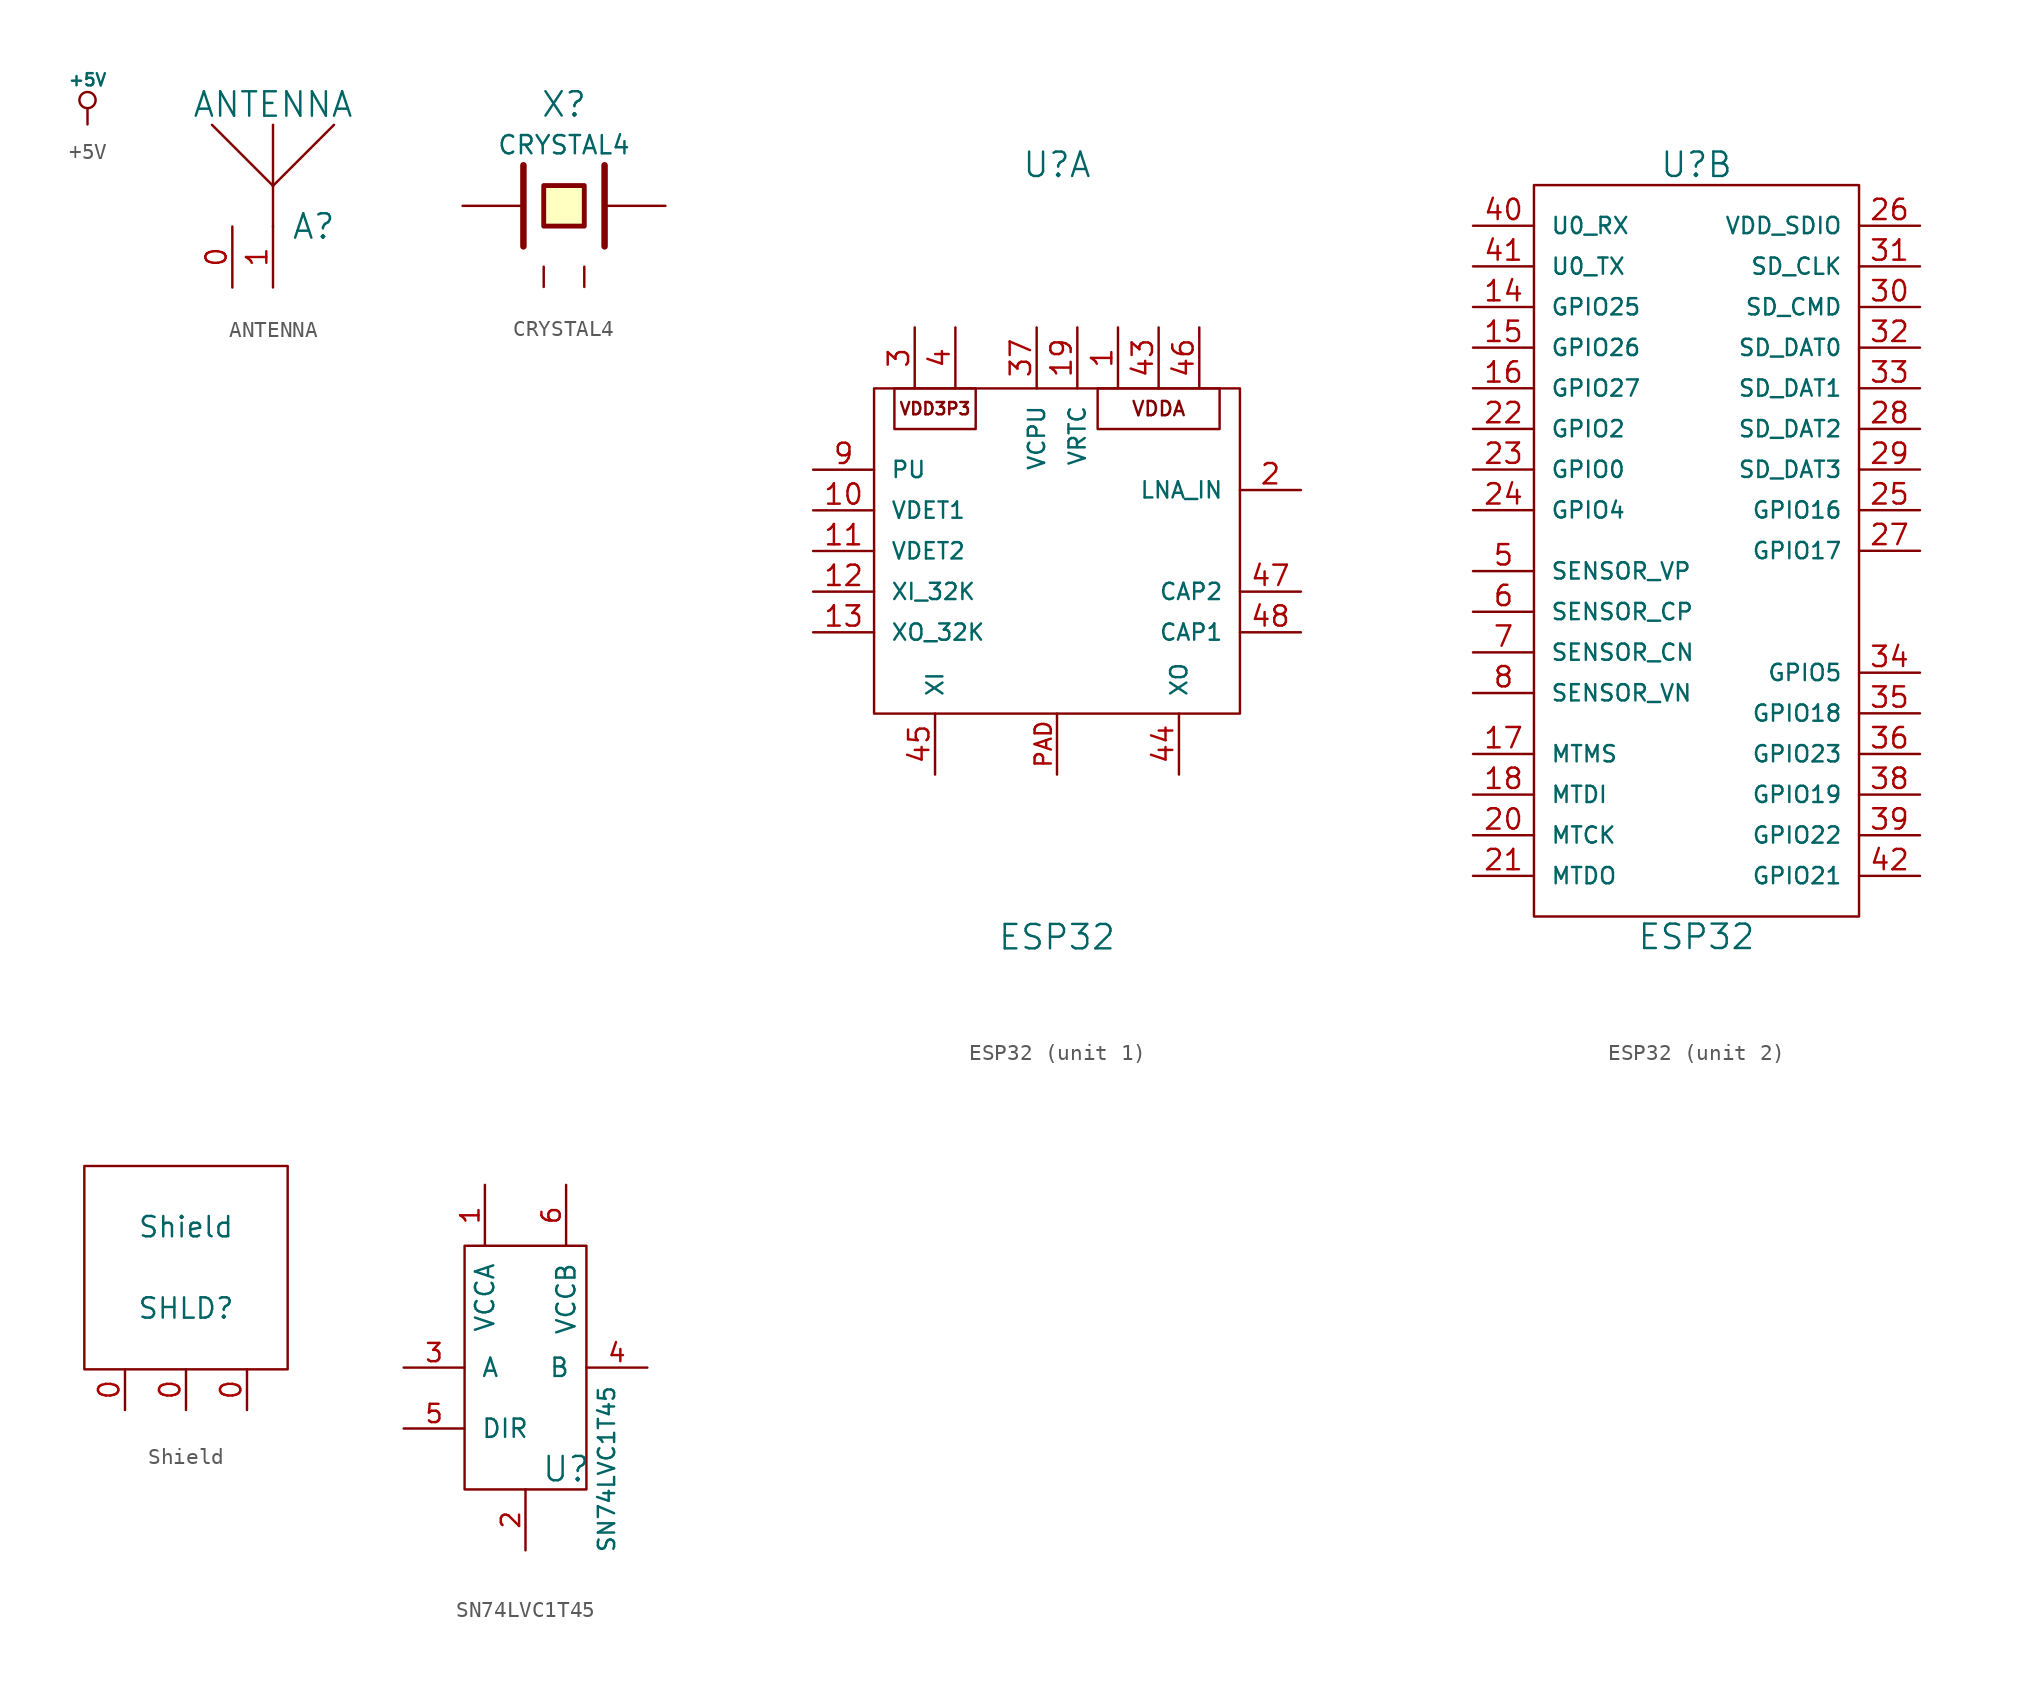
<source format=kicad_sym>
(kicad_symbol_lib
  (version 20211014)
  (generator kicad_symbol_editor)
  (symbol "+5V"
    (power)
    (pin_names
      (offset 0))
    (property "Reference" "#PWR"
      (at 0 -1.016 0)
      (effects (font (size 0.762 0.762)) hide))
    (property "Value" "+5V"
      (at 0 2.794 0)
      (effects (font (size 0.762 0.762))))
    (property "Footprint" ""
      (at 0 0 0)
      (effects (font (size 1.524 1.524))))
    (property "Datasheet" ""
      (at 0 0 0)
      (effects (font (size 1.524 1.524))))
    (symbol "+5V_0_0"
      (pin power_in line (at 0 0 90) (length 0) hide (name "+5V" (effects (font (size 0.762 0.762)))) (number "1" (effects (font (size 0.762 0.762))))))
    (symbol "+5V_0_1"
      (polyline (pts (xy 0 0) (xy 0 1.016) (xy 0 1.016)) (stroke (width 0) (type default) (color 0 0 0 0)) (fill (type none)))
      (circle (center 0 1.524) (radius 0.508) (stroke (width 0) (type default) (color 0 0 0 0)) (fill (type none)))))
  (symbol "ANTENNA"
    (pin_names
      (offset 1.016))
    (property "Reference" "A"
      (at 2.54 3.81 0)
      (effects (font (size 1.524 1.524))))
    (property "Value" "ANTENNA"
      (at 0 11.43 0)
      (effects (font (size 1.524 1.524))))
    (property "Footprint" ""
      (at 0 0 0)
      (effects (font (size 1.524 1.524))))
    (property "Datasheet" ""
      (at 0 0 0)
      (effects (font (size 1.524 1.524))))
    (symbol "ANTENNA_0_1"
      (polyline (pts (xy 0 6.35) (xy 0 10.16)) (stroke (width 0) (type default) (color 0 0 0 0)) (fill (type none)))
      (polyline (pts (xy 0 6.35) (xy 3.81 10.16)) (stroke (width 0) (type default) (color 0 0 0 0)) (fill (type none)))
      (polyline (pts (xy 0 3.81) (xy 0 6.35) (xy 0 6.35)) (stroke (width 0) (type default) (color 0 0 0 0)) (fill (type none)))
      (polyline (pts (xy 0 6.35) (xy -3.81 10.16) (xy -3.81 10.16)) (stroke (width 0) (type default) (color 0 0 0 0)) (fill (type none))))
    (symbol "ANTENNA_1_1"
      (pin input line (at -2.54 0 90) (length 3.81) (name "~" (effects (font (size 1.27 1.27)))) (number "0" (effects (font (size 1.27 1.27)))))
      (pin input line (at 0 0 90) (length 3.81) (name "~" (effects (font (size 1.27 1.27)))) (number "1" (effects (font (size 1.27 1.27)))))))
  (symbol "CRYSTAL4"
    (pin_numbers hide)
    (pin_names
      (offset 1.016) hide)
    (property "Reference" "X"
      (at 0 6.35 0)
      (effects (font (size 1.524 1.524))))
    (property "Value" "CRYSTAL4"
      (at 0 3.81 0)
      (effects (font (size 1.143 1.143))))
    (property "Footprint" ""
      (at 0 0 0)
      (effects (font (size 1.524 1.524))))
    (property "Datasheet" ""
      (at 0 0 0)
      (effects (font (size 1.524 1.524))))
    (symbol "CRYSTAL4_0_1"
      (polyline (pts (xy -2.54 2.54) (xy -2.54 -2.54)) (stroke (width 0.406) (type default) (color 0 0 0 0)) (fill (type none)))
      (polyline (pts (xy 2.54 2.54) (xy 2.54 -2.54)) (stroke (width 0.406) (type default) (color 0 0 0 0)) (fill (type none)))
      (polyline (pts (xy -1.27 1.27) (xy 1.27 1.27) (xy 1.27 -1.27) (xy -1.27 -1.27) (xy -1.27 1.27)) (stroke (width 0.305) (type default) (color 0 0 0 0)) (fill (type background))))
    (symbol "CRYSTAL4_1_1"
      (pin passive line (at 6.35 0 180) (length 3.81) (name "1" (effects (font (size 1.016 1.016)))) (number "1" (effects (font (size 1.016 1.016)))))
      (pin passive line (at -1.27 -5.08 90) (length 1.27) (name "2" (effects (font (size 1.016 1.016)))) (number "2" (effects (font (size 1.016 1.016)))))
      (pin passive line (at -6.35 0 0) (length 3.81) (name "3" (effects (font (size 1.016 1.016)))) (number "3" (effects (font (size 1.016 1.016)))))
      (pin passive line (at 1.27 -5.08 90) (length 1.27) (name "4" (effects (font (size 1.016 1.016)))) (number "4" (effects (font (size 1.016 1.016)))))))
  (symbol "ESP32"
    (pin_names
      (offset 1.016))
    (property "Reference" "U"
      (at 0 24.13 0)
      (effects (font (size 1.524 1.524))))
    (property "Value" "ESP32"
      (at 0 -24.13 0)
      (effects (font (size 1.524 1.524))))
    (property "Footprint" ""
      (at 0 3.81 0)
      (effects (font (size 1.524 1.524))))
    (property "Datasheet" ""
      (at 0 3.81 0)
      (effects (font (size 1.524 1.524))))
    (symbol "ESP32_1_0"
      (rectangle (start -11.43 10.16) (end 11.43 -10.16) (stroke (width 0) (type default) (color 0 0 0 0)) (fill (type none)))
      (rectangle (start -10.16 10.16) (end -5.08 7.62) (stroke (width 0) (type default) (color 0 0 0 0)) (fill (type none)))
      (rectangle (start 2.54 10.16) (end 10.16 7.62) (stroke (width 0) (type default) (color 0 0 0 0)) (fill (type none)))
      (text "VDD3P3" (at -7.62 8.89 0) (effects (font (size 0.762 0.762))))
      (text "VDDA" (at 6.35 8.89 0) (effects (font (size 0.889 0.889)))))
    (symbol "ESP32_1_1"
      (pin power_in line (at 3.81 13.97 270) (length 3.81) (name "~" (effects (font (size 1.016 1.016)))) (number "1" (effects (font (size 1.27 1.27)))))
      (pin input line (at -15.24 2.54 0) (length 3.81) (name "VDET1" (effects (font (size 1.016 1.016)))) (number "10" (effects (font (size 1.27 1.27)))))
      (pin input line (at -15.24 0 0) (length 3.81) (name "VDET2" (effects (font (size 1.016 1.016)))) (number "11" (effects (font (size 1.27 1.27)))))
      (pin input line (at -15.24 -2.54 0) (length 3.81) (name "XI_32K" (effects (font (size 1.016 1.016)))) (number "12" (effects (font (size 1.27 1.27)))))
      (pin input line (at -15.24 -5.08 0) (length 3.81) (name "XO_32K" (effects (font (size 1.016 1.016)))) (number "13" (effects (font (size 1.27 1.27)))))
      (pin power_in line (at 1.27 13.97 270) (length 3.81) (name "VRTC" (effects (font (size 1.016 1.016)))) (number "19" (effects (font (size 1.27 1.27)))))
      (pin bidirectional line (at 15.24 3.81 180) (length 3.81) (name "LNA_IN" (effects (font (size 1.016 1.016)))) (number "2" (effects (font (size 1.27 1.27)))))
      (pin power_in line (at -8.89 13.97 270) (length 3.81) (name "~" (effects (font (size 1.016 1.016)))) (number "3" (effects (font (size 1.27 1.27)))))
      (pin power_in line (at -1.27 13.97 270) (length 3.81) (name "VCPU" (effects (font (size 1.016 1.016)))) (number "37" (effects (font (size 1.27 1.27)))))
      (pin power_in line (at -6.35 13.97 270) (length 3.81) (name "~" (effects (font (size 1.016 1.016)))) (number "4" (effects (font (size 1.27 1.27)))))
      (pin power_in line (at 6.35 13.97 270) (length 3.81) (name "~" (effects (font (size 1.016 1.016)))) (number "43" (effects (font (size 1.27 1.27)))))
      (pin output line (at 7.62 -13.97 90) (length 3.81) (name "XO" (effects (font (size 1.016 1.016)))) (number "44" (effects (font (size 1.27 1.27)))))
      (pin input line (at -7.62 -13.97 90) (length 3.81) (name "XI" (effects (font (size 1.016 1.016)))) (number "45" (effects (font (size 1.27 1.27)))))
      (pin power_in line (at 8.89 13.97 270) (length 3.81) (name "~" (effects (font (size 1.016 1.016)))) (number "46" (effects (font (size 1.27 1.27)))))
      (pin passive line (at 15.24 -2.54 180) (length 3.81) (name "CAP2" (effects (font (size 1.016 1.016)))) (number "47" (effects (font (size 1.27 1.27)))))
      (pin passive line (at 15.24 -5.08 180) (length 3.81) (name "CAP1" (effects (font (size 1.016 1.016)))) (number "48" (effects (font (size 1.27 1.27)))))
      (pin input line (at -15.24 5.08 0) (length 3.81) (name "PU" (effects (font (size 1.016 1.016)))) (number "9" (effects (font (size 1.27 1.27)))))
      (pin output line (at 0 -13.97 90) (length 3.81) (name "~" (effects (font (size 1.016 1.016)))) (number "PAD" (effects (font (size 1.016 1.016))))))
    (symbol "ESP32_2_0"
      (rectangle (start -10.16 22.86) (end 10.16 -22.86) (stroke (width 0) (type default) (color 0 0 0 0)) (fill (type none))))
    (symbol "ESP32_2_1"
      (pin bidirectional line (at -13.97 15.24 0) (length 3.81) (name "GPIO25" (effects (font (size 1.016 1.016)))) (number "14" (effects (font (size 1.27 1.27)))))
      (pin bidirectional line (at -13.97 12.7 0) (length 3.81) (name "GPIO26" (effects (font (size 1.016 1.016)))) (number "15" (effects (font (size 1.27 1.27)))))
      (pin bidirectional line (at -13.97 10.16 0) (length 3.81) (name "GPIO27" (effects (font (size 1.016 1.016)))) (number "16" (effects (font (size 1.27 1.27)))))
      (pin bidirectional line (at -13.97 -12.7 0) (length 3.81) (name "MTMS" (effects (font (size 1.016 1.016)))) (number "17" (effects (font (size 1.27 1.27)))))
      (pin bidirectional line (at -13.97 -15.24 0) (length 3.81) (name "MTDI" (effects (font (size 1.016 1.016)))) (number "18" (effects (font (size 1.27 1.27)))))
      (pin bidirectional line (at -13.97 -17.78 0) (length 3.81) (name "MTCK" (effects (font (size 1.016 1.016)))) (number "20" (effects (font (size 1.27 1.27)))))
      (pin bidirectional line (at -13.97 -20.32 0) (length 3.81) (name "MTDO" (effects (font (size 1.016 1.016)))) (number "21" (effects (font (size 1.27 1.27)))))
      (pin bidirectional line (at -13.97 7.62 0) (length 3.81) (name "GPIO2" (effects (font (size 1.016 1.016)))) (number "22" (effects (font (size 1.27 1.27)))))
      (pin bidirectional line (at -13.97 5.08 0) (length 3.81) (name "GPIO0" (effects (font (size 1.016 1.016)))) (number "23" (effects (font (size 1.27 1.27)))))
      (pin bidirectional line (at -13.97 2.54 0) (length 3.81) (name "GPIO4" (effects (font (size 1.016 1.016)))) (number "24" (effects (font (size 1.27 1.27)))))
      (pin bidirectional line (at 13.97 2.54 180) (length 3.81) (name "GPIO16" (effects (font (size 1.016 1.016)))) (number "25" (effects (font (size 1.27 1.27)))))
      (pin power_out line (at 13.97 20.32 180) (length 3.81) (name "VDD_SDIO" (effects (font (size 1.016 1.016)))) (number "26" (effects (font (size 1.27 1.27)))))
      (pin bidirectional line (at 13.97 0 180) (length 3.81) (name "GPIO17" (effects (font (size 1.016 1.016)))) (number "27" (effects (font (size 1.27 1.27)))))
      (pin bidirectional line (at 13.97 7.62 180) (length 3.81) (name "SD_DAT2" (effects (font (size 1.016 1.016)))) (number "28" (effects (font (size 1.27 1.27)))))
      (pin bidirectional line (at 13.97 5.08 180) (length 3.81) (name "SD_DAT3" (effects (font (size 1.016 1.016)))) (number "29" (effects (font (size 1.27 1.27)))))
      (pin bidirectional line (at 13.97 15.24 180) (length 3.81) (name "SD_CMD" (effects (font (size 1.016 1.016)))) (number "30" (effects (font (size 1.27 1.27)))))
      (pin bidirectional line (at 13.97 17.78 180) (length 3.81) (name "SD_CLK" (effects (font (size 1.016 1.016)))) (number "31" (effects (font (size 1.27 1.27)))))
      (pin bidirectional line (at 13.97 12.7 180) (length 3.81) (name "SD_DAT0" (effects (font (size 1.016 1.016)))) (number "32" (effects (font (size 1.27 1.27)))))
      (pin bidirectional line (at 13.97 10.16 180) (length 3.81) (name "SD_DAT1" (effects (font (size 1.016 1.016)))) (number "33" (effects (font (size 1.27 1.27)))))
      (pin bidirectional line (at 13.97 -7.62 180) (length 3.81) (name "GPIO5" (effects (font (size 1.016 1.016)))) (number "34" (effects (font (size 1.27 1.27)))))
      (pin bidirectional line (at 13.97 -10.16 180) (length 3.81) (name "GPIO18" (effects (font (size 1.016 1.016)))) (number "35" (effects (font (size 1.27 1.27)))))
      (pin bidirectional line (at 13.97 -12.7 180) (length 3.81) (name "GPIO23" (effects (font (size 1.016 1.016)))) (number "36" (effects (font (size 1.27 1.27)))))
      (pin bidirectional line (at 13.97 -15.24 180) (length 3.81) (name "GPIO19" (effects (font (size 1.016 1.016)))) (number "38" (effects (font (size 1.27 1.27)))))
      (pin bidirectional line (at 13.97 -17.78 180) (length 3.81) (name "GPIO22" (effects (font (size 1.016 1.016)))) (number "39" (effects (font (size 1.27 1.27)))))
      (pin bidirectional line (at -13.97 20.32 0) (length 3.81) (name "U0_RX" (effects (font (size 1.016 1.016)))) (number "40" (effects (font (size 1.27 1.27)))))
      (pin bidirectional line (at -13.97 17.78 0) (length 3.81) (name "U0_TX" (effects (font (size 1.016 1.016)))) (number "41" (effects (font (size 1.27 1.27)))))
      (pin bidirectional line (at 13.97 -20.32 180) (length 3.81) (name "GPIO21" (effects (font (size 1.016 1.016)))) (number "42" (effects (font (size 1.27 1.27)))))
      (pin input line (at -13.97 -1.27 0) (length 3.81) (name "SENSOR_VP" (effects (font (size 1.016 1.016)))) (number "5" (effects (font (size 1.27 1.27)))))
      (pin input line (at -13.97 -3.81 0) (length 3.81) (name "SENSOR_CP" (effects (font (size 1.016 1.016)))) (number "6" (effects (font (size 1.27 1.27)))))
      (pin input line (at -13.97 -6.35 0) (length 3.81) (name "SENSOR_CN" (effects (font (size 1.016 1.016)))) (number "7" (effects (font (size 1.27 1.27)))))
      (pin input line (at -13.97 -8.89 0) (length 3.81) (name "SENSOR_VN" (effects (font (size 1.016 1.016)))) (number "8" (effects (font (size 1.27 1.27)))))))
  (symbol "Shield"
    (property "Reference" "SHLD"
      (at 0 -2.54 0)
      (effects (font (size 1.27 1.27))))
    (property "Value" "Shield"
      (at 0 2.54 0)
      (effects (font (size 1.27 1.27))))
    (symbol "Shield_0_1"
      (rectangle (start -6.35 6.35) (end 6.35 -6.35) (stroke (width 0) (type default) (color 0 0 0 0)) (fill (type none))))
    (symbol "Shield_1_1"
      (pin passive line (at -3.81 -8.89 90) (length 2.54) (name "~" (effects (font (size 1.27 1.27)))) (number "0" (effects (font (size 1.27 1.27)))))
      (pin passive line (at 0 -8.89 90) (length 2.54) (name "~" (effects (font (size 1.27 1.27)))) (number "0" (effects (font (size 1.27 1.27)))))
      (pin passive line (at 3.81 -8.89 90) (length 2.54) (name "~" (effects (font (size 1.27 1.27)))) (number "0" (effects (font (size 1.27 1.27)))))))
  (symbol "SN74LVC1T45"
    (pin_names
      (offset 1.016))
    (property "Reference" "U"
      (at 2.54 -6.35 0)
      (effects (font (size 1.524 1.524))))
    (property "Value" "SN74LVC1T45"
      (at 5.08 -6.35 90)
      (effects (font (size 1.016 1.016))))
    (property "Footprint" ""
      (at 0 0 0)
      (effects (font (size 1.524 1.524))))
    (property "Datasheet" ""
      (at 0 0 0)
      (effects (font (size 1.524 1.524))))
    (symbol "SN74LVC1T45_0_1"
      (rectangle (start -3.81 7.62) (end 3.81 -7.62) (stroke (width 0) (type default) (color 0 0 0 0)) (fill (type none))))
    (symbol "SN74LVC1T45_1_1"
      (pin power_in line (at -2.54 11.43 270) (length 3.81) (name "VCCA" (effects (font (size 1.143 1.143)))) (number "1" (effects (font (size 1.143 1.143)))))
      (pin power_in line (at 0 -11.43 90) (length 3.81) (name "~" (effects (font (size 1.143 1.143)))) (number "2" (effects (font (size 1.143 1.143)))))
      (pin output line (at -7.62 0 0) (length 3.81) (name "A" (effects (font (size 1.143 1.143)))) (number "3" (effects (font (size 1.143 1.143)))))
      (pin bidirectional line (at 7.62 0 180) (length 3.81) (name "B" (effects (font (size 1.143 1.143)))) (number "4" (effects (font (size 1.143 1.143)))))
      (pin input line (at -7.62 -3.81 0) (length 3.81) (name "DIR" (effects (font (size 1.143 1.143)))) (number "5" (effects (font (size 1.143 1.143)))))
      (pin power_in line (at 2.54 11.43 270) (length 3.81) (name "VCCB" (effects (font (size 1.143 1.143)))) (number "6" (effects (font (size 1.143 1.143))))))))
</source>
